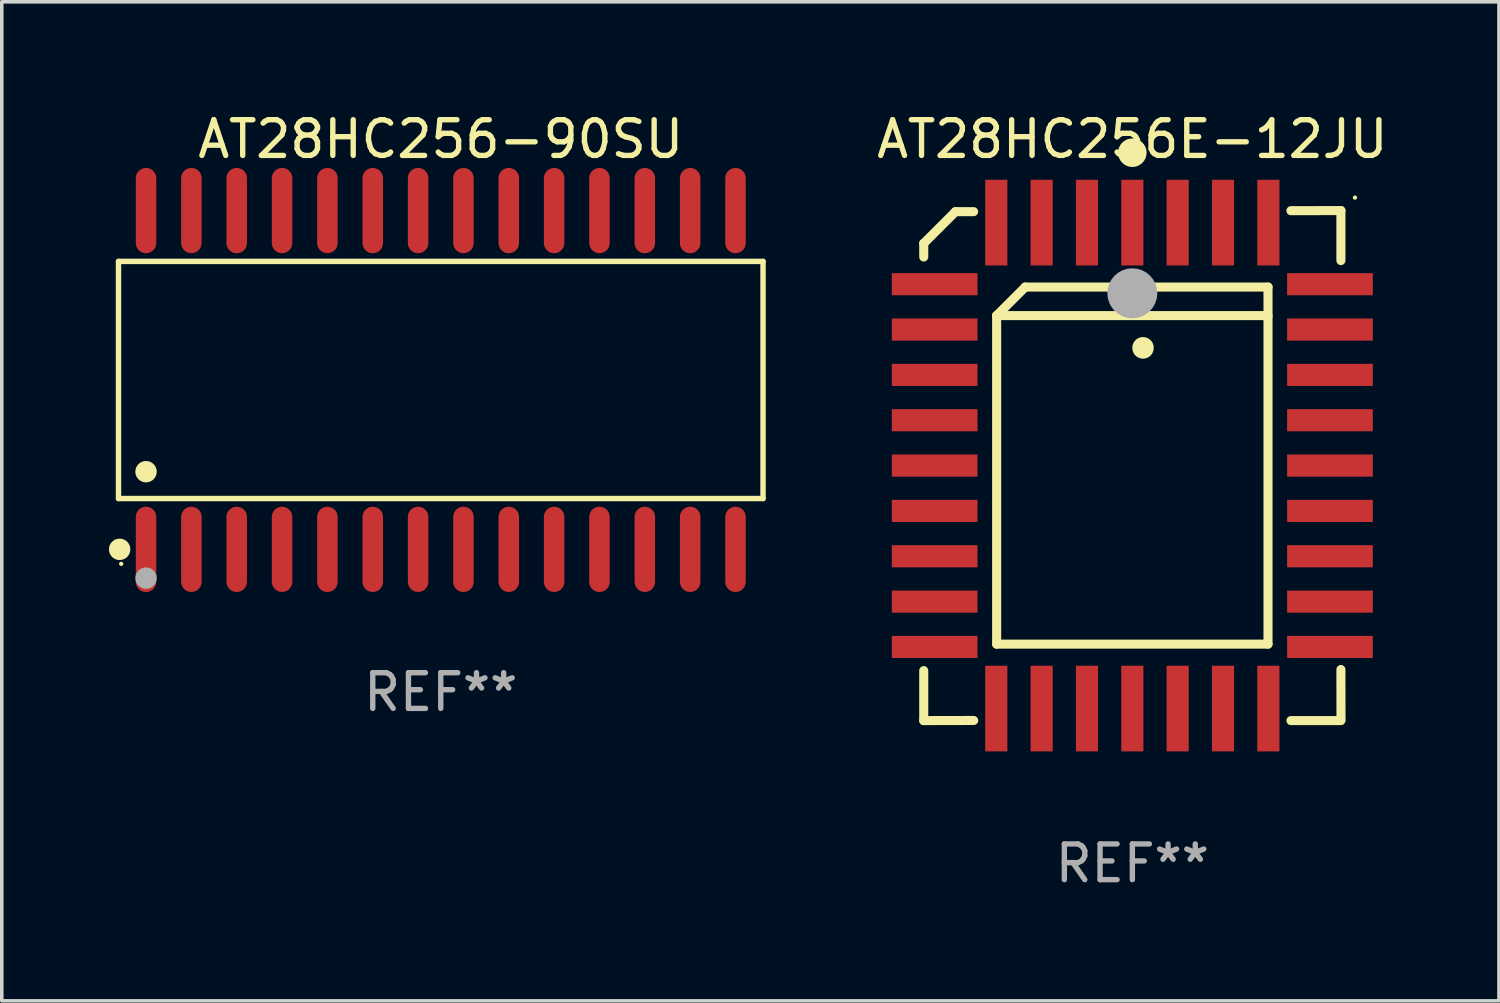
<source format=kicad_pcb>
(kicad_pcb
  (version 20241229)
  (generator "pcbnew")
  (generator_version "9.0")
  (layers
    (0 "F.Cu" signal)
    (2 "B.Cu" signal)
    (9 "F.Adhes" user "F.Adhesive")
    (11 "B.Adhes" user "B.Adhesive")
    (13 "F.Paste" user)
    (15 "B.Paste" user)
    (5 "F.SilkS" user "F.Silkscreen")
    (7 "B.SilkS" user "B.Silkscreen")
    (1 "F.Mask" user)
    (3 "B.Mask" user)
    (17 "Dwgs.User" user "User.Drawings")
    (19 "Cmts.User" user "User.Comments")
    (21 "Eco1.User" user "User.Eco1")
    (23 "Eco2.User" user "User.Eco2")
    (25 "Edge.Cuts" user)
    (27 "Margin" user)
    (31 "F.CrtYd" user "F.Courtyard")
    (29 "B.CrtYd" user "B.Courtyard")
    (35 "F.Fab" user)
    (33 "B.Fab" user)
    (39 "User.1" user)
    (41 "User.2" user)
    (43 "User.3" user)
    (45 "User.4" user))
  (footprint "AT28HC256E-12JU"
    (layer "F.Cu")
    (at 28.665 9.99)
    (property "Reference" "AT28HC256E-12JU" (at 0 -9.142 0) (layer "F.SilkS") (effects (font (size 1 1) (thickness 0.15))))
    (attr through_hole)
    (fp_line (start -5.843 5.742) (end -5.843 7.142) (stroke (width 0.254) (type solid)) (layer "F.SilkS"))
    (fp_line (start -5.843 7.142) (end -4.443 7.139) (stroke (width 0.254) (type solid)) (layer "F.SilkS"))
    (fp_line (start -5.843 -6.223) (end -4.954 -7.112) (stroke (width 0.254) (type solid)) (layer "F.SilkS"))
    (fp_line (start -5.843 -5.842) (end -5.843 -6.223) (stroke (width 0.254) (type solid)) (layer "F.SilkS"))
    (fp_line (start -4.954 -7.112) (end -4.446 -7.112) (stroke (width 0.254) (type solid)) (layer "F.SilkS"))
    (fp_line (start -3.801 -4.2) (end -3.001 -5) (stroke (width 0.254) (type solid)) (layer "F.SilkS"))
    (fp_line (start -3.801 -4.2) (end 3.799 -4.2) (stroke (width 0.254) (type solid)) (layer "F.SilkS"))
    (fp_line (start -3.801 5) (end -3.801 -4.2) (stroke (width 0.254) (type solid)) (layer "F.SilkS"))
    (fp_line (start -3.001 -5) (end 3.799 -5) (stroke (width 0.254) (type solid)) (layer "F.SilkS"))
    (fp_line (start 3.799 -5) (end 3.799 5) (stroke (width 0.254) (type solid)) (layer "F.SilkS"))
    (fp_line (start 3.799 5) (end -3.801 5) (stroke (width 0.254) (type solid)) (layer "F.SilkS"))
    (fp_line (start 4.441 7.142) (end 5.841 7.142) (stroke (width 0.254) (type solid)) (layer "F.SilkS"))
    (fp_line (start 5.841 -7.142) (end 4.441 -7.139) (stroke (width 0.254) (type solid)) (layer "F.SilkS"))
    (fp_line (start 5.841 -5.742) (end 5.841 -7.142) (stroke (width 0.254) (type solid)) (layer "F.SilkS"))
    (fp_line (start 5.843 7.112) (end 5.841 5.712) (stroke (width 0.254) (type solid)) (layer "F.SilkS"))
    (fp_arc (start 0.298285 -3.294387) (mid 0.298274 -3.296927) (end 0.298285 -3.299467) (stroke (width 0.6) (type solid)) (layer "F.SilkS"))
    (fp_circle (center -0.001 -8.763) (end 0.199 -8.763) (stroke (width 0.4) (type solid)) (fill no) (layer "F.SilkS"))
    (fp_circle (center 6.234 -7.505) (end 6.264 -7.505) (stroke (width 0.06) (type solid)) (fill no) (layer "F.SilkS"))
    (fp_circle (center -0.001 -4.826) (end 0.349 -4.826) (stroke (width 0.7) (type solid)) (fill no) (layer "F.Fab"))
    (fp_text user "REF**" (at 0 11.142 0) (layer "F.Fab") (effects (font (size 1 1) (thickness 0.15))))
    (pad "1" smd rect (at -0.001 -6.805 180) (size 0.62 2.4) (layers "F.Cu" "F.Mask" "F.Paste"))
    (pad "2" smd rect (at -1.271 -6.805 180) (size 0.62 2.4) (layers "F.Cu" "F.Mask" "F.Paste"))
    (pad "3" smd rect (at -2.541 -6.805 180) (size 0.62 2.4) (layers "F.Cu" "F.Mask" "F.Paste"))
    (pad "4" smd rect (at -3.811 -6.805 180) (size 0.62 2.4) (layers "F.Cu" "F.Mask" "F.Paste"))
    (pad "5" smd rect (at -5.537 -5.08 270) (size 0.62 2.4) (layers "F.Cu" "F.Mask" "F.Paste"))
    (pad "6" smd rect (at -5.537 -3.81 270) (size 0.62 2.4) (layers "F.Cu" "F.Mask" "F.Paste"))
    (pad "7" smd rect (at -5.537 -2.54 270) (size 0.62 2.4) (layers "F.Cu" "F.Mask" "F.Paste"))
    (pad "8" smd rect (at -5.537 -1.27 270) (size 0.62 2.4) (layers "F.Cu" "F.Mask" "F.Paste"))
    (pad "9" smd rect (at -5.537 0.000127 270) (size 0.62 2.4) (layers "F.Cu" "F.Mask" "F.Paste"))
    (pad "10" smd rect (at -5.537 1.27 270) (size 0.62 2.4) (layers "F.Cu" "F.Mask" "F.Paste"))
    (pad "11" smd rect (at -5.537 2.54 270) (size 0.62 2.4) (layers "F.Cu" "F.Mask" "F.Paste"))
    (pad "12" smd rect (at -5.537 3.81 270) (size 0.62 2.4) (layers "F.Cu" "F.Mask" "F.Paste"))
    (pad "13" smd rect (at -5.537 5.08 270) (size 0.62 2.4) (layers "F.Cu" "F.Mask" "F.Paste"))
    (pad "14" smd rect (at -3.811 6.805) (size 0.62 2.4) (layers "F.Cu" "F.Mask" "F.Paste"))
    (pad "15" smd rect (at -2.541 6.805) (size 0.62 2.4) (layers "F.Cu" "F.Mask" "F.Paste"))
    (pad "16" smd rect (at -1.271 6.805) (size 0.62 2.4) (layers "F.Cu" "F.Mask" "F.Paste"))
    (pad "17" smd rect (at -0.001 6.805) (size 0.62 2.4) (layers "F.Cu" "F.Mask" "F.Paste"))
    (pad "18" smd rect (at 1.269 6.805) (size 0.62 2.4) (layers "F.Cu" "F.Mask" "F.Paste"))
    (pad "19" smd rect (at 2.539 6.805) (size 0.62 2.4) (layers "F.Cu" "F.Mask" "F.Paste"))
    (pad "20" smd rect (at 3.809 6.805) (size 0.62 2.4) (layers "F.Cu" "F.Mask" "F.Paste"))
    (pad "21" smd rect (at 5.534 5.08 90) (size 0.62 2.4) (layers "F.Cu" "F.Mask" "F.Paste"))
    (pad "22" smd rect (at 5.534 3.81 90) (size 0.62 2.4) (layers "F.Cu" "F.Mask" "F.Paste"))
    (pad "23" smd rect (at 5.534 2.54 90) (size 0.62 2.4) (layers "F.Cu" "F.Mask" "F.Paste"))
    (pad "24" smd rect (at 5.534 1.27 90) (size 0.62 2.4) (layers "F.Cu" "F.Mask" "F.Paste"))
    (pad "25" smd rect (at 5.534 0.000127 90) (size 0.62 2.4) (layers "F.Cu" "F.Mask" "F.Paste"))
    (pad "26" smd rect (at 5.534 -1.27 90) (size 0.62 2.4) (layers "F.Cu" "F.Mask" "F.Paste"))
    (pad "27" smd rect (at 5.534 -2.54 90) (size 0.62 2.4) (layers "F.Cu" "F.Mask" "F.Paste"))
    (pad "28" smd rect (at 5.534 -3.81 90) (size 0.62 2.4) (layers "F.Cu" "F.Mask" "F.Paste"))
    (pad "29" smd rect (at 5.534 -5.08 90) (size 0.62 2.4) (layers "F.Cu" "F.Mask" "F.Paste"))
    (pad "30" smd rect (at 3.809 -6.805) (size 0.62 2.4) (layers "F.Cu" "F.Mask" "F.Paste"))
    (pad "31" smd rect (at 2.539 -6.805) (size 0.62 2.4) (layers "F.Cu" "F.Mask" "F.Paste"))
    (pad "32" smd rect (at 1.269 -6.805) (size 0.62 2.4) (layers "F.Cu" "F.Mask" "F.Paste")))
  (footprint "AT28HC256-90SU"
    (layer "F.Cu")
    (at 9.295 7.592)
    (property "Reference" "AT28HC256-90SU" (at 0 -6.744 0) (layer "F.SilkS") (effects (font (size 1 1) (thickness 0.15))))
    (attr through_hole)
    (fp_line (start -9.026 -3.321) (end 9.026 -3.321) (stroke (width 0.152) (type solid)) (layer "F.SilkS"))
    (fp_line (start -9.026 3.321) (end -9.026 -3.321) (stroke (width 0.152) (type solid)) (layer "F.SilkS"))
    (fp_line (start 9.026 -3.321) (end 9.026 3.321) (stroke (width 0.152) (type solid)) (layer "F.SilkS"))
    (fp_line (start 9.026 3.321) (end -9.026 3.321) (stroke (width 0.152) (type solid)) (layer "F.SilkS"))
    (fp_circle (center -8.994 4.744) (end -8.844 4.744) (stroke (width 0.3) (type solid)) (fill no) (layer "F.SilkS"))
    (fp_circle (center -8.95 5.15) (end -8.92 5.15) (stroke (width 0.06) (type solid)) (fill no) (layer "F.SilkS"))
    (fp_circle (center -8.255 2.569) (end -8.105 2.569) (stroke (width 0.3) (type solid)) (fill no) (layer "F.SilkS"))
    (fp_circle (center -8.255 5.55) (end -8.105 5.55) (stroke (width 0.3) (type solid)) (fill no) (layer "F.Fab"))
    (fp_text user "REF**" (at 0 8.744 0) (layer "F.Fab") (effects (font (size 1 1) (thickness 0.15))))
    (pad "1" smd oval (at -8.255 4.744) (size 0.574 2.388) (layers "F.Cu" "F.Mask" "F.Paste"))
    (pad "2" smd oval (at -6.985 4.744) (size 0.574 2.388) (layers "F.Cu" "F.Mask" "F.Paste"))
    (pad "3" smd oval (at -5.715 4.744) (size 0.574 2.388) (layers "F.Cu" "F.Mask" "F.Paste"))
    (pad "4" smd oval (at -4.445 4.744) (size 0.574 2.388) (layers "F.Cu" "F.Mask" "F.Paste"))
    (pad "5" smd oval (at -3.175 4.744) (size 0.574 2.388) (layers "F.Cu" "F.Mask" "F.Paste"))
    (pad "6" smd oval (at -1.905 4.744) (size 0.574 2.388) (layers "F.Cu" "F.Mask" "F.Paste"))
    (pad "7" smd oval (at -0.635 4.744) (size 0.574 2.388) (layers "F.Cu" "F.Mask" "F.Paste"))
    (pad "8" smd oval (at 0.635 4.744) (size 0.574 2.388) (layers "F.Cu" "F.Mask" "F.Paste"))
    (pad "9" smd oval (at 1.905 4.744) (size 0.574 2.388) (layers "F.Cu" "F.Mask" "F.Paste"))
    (pad "10" smd oval (at 3.175 4.744) (size 0.574 2.388) (layers "F.Cu" "F.Mask" "F.Paste"))
    (pad "11" smd oval (at 4.445 4.744) (size 0.574 2.388) (layers "F.Cu" "F.Mask" "F.Paste"))
    (pad "12" smd oval (at 5.715 4.744) (size 0.574 2.388) (layers "F.Cu" "F.Mask" "F.Paste"))
    (pad "13" smd oval (at 6.985 4.744) (size 0.574 2.388) (layers "F.Cu" "F.Mask" "F.Paste"))
    (pad "14" smd oval (at 8.255 4.744) (size 0.574 2.388) (layers "F.Cu" "F.Mask" "F.Paste"))
    (pad "15" smd oval (at 8.255 -4.744) (size 0.574 2.388) (layers "F.Cu" "F.Mask" "F.Paste"))
    (pad "16" smd oval (at 6.985 -4.744) (size 0.574 2.388) (layers "F.Cu" "F.Mask" "F.Paste"))
    (pad "17" smd oval (at 5.715 -4.744) (size 0.574 2.388) (layers "F.Cu" "F.Mask" "F.Paste"))
    (pad "18" smd oval (at 4.445 -4.744) (size 0.574 2.388) (layers "F.Cu" "F.Mask" "F.Paste"))
    (pad "19" smd oval (at 3.175 -4.744) (size 0.574 2.388) (layers "F.Cu" "F.Mask" "F.Paste"))
    (pad "20" smd oval (at 1.905 -4.744) (size 0.574 2.388) (layers "F.Cu" "F.Mask" "F.Paste"))
    (pad "21" smd oval (at 0.635 -4.744) (size 0.574 2.388) (layers "F.Cu" "F.Mask" "F.Paste"))
    (pad "22" smd oval (at -0.635 -4.744) (size 0.574 2.388) (layers "F.Cu" "F.Mask" "F.Paste"))
    (pad "23" smd oval (at -1.905 -4.744) (size 0.574 2.388) (layers "F.Cu" "F.Mask" "F.Paste"))
    (pad "24" smd oval (at -3.175 -4.744) (size 0.574 2.388) (layers "F.Cu" "F.Mask" "F.Paste"))
    (pad "25" smd oval (at -4.445 -4.744) (size 0.574 2.388) (layers "F.Cu" "F.Mask" "F.Paste"))
    (pad "26" smd oval (at -5.715 -4.744) (size 0.574 2.388) (layers "F.Cu" "F.Mask" "F.Paste"))
    (pad "27" smd oval (at -6.985 -4.744) (size 0.574 2.388) (layers "F.Cu" "F.Mask" "F.Paste"))
    (pad "28" smd oval (at -8.255 -4.744) (size 0.574 2.388) (layers "F.Cu" "F.Mask" "F.Paste")))
  (gr_rect
    (start -3 -3)
    (end 38.933 24.981)
    (stroke (width 0.1) (type default))
    (fill no)
    (layer "Edge.Cuts")))
</source>
